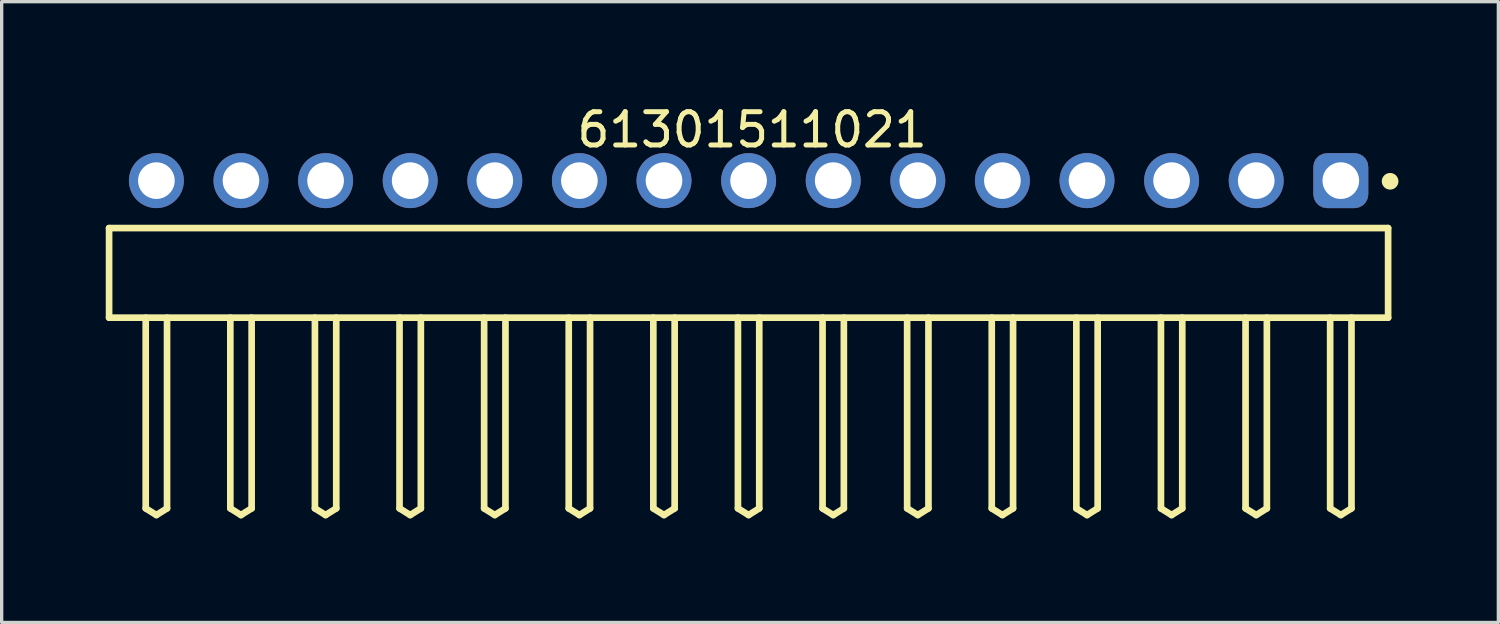
<source format=kicad_pcb>
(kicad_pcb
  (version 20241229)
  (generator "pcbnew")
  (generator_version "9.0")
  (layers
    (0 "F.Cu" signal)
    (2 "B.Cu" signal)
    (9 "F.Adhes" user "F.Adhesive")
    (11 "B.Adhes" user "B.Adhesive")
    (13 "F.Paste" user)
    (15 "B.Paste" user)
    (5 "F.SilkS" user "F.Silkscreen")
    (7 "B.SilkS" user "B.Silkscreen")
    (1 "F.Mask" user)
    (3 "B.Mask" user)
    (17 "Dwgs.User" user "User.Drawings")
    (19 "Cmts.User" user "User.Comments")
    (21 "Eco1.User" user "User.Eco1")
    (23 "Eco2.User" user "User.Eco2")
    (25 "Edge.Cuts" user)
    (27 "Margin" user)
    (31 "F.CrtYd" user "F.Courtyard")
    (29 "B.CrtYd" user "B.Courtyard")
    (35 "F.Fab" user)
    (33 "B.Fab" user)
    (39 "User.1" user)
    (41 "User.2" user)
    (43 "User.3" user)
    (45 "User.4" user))
  (footprint "61301511021"
    (layer "F.Cu")
    (at 19.425 5.143)
    (property "Reference" "61301511021" (at 0.105 -4.295 0) (layer "F.SilkS") (effects (font (size 1 1) (thickness 0.15))))
    (fp_line (start -19.2 -1.345) (end 19.2 -1.345) (stroke (width 0.2) (type solid)) (layer "F.SilkS"))
    (fp_line (start -19.2 1.345) (end -19.2 -1.345) (stroke (width 0.2) (type solid)) (layer "F.SilkS"))
    (fp_line (start -19.2 1.345) (end 19.2 1.345) (stroke (width 0.2) (type solid)) (layer "F.SilkS"))
    (fp_line (start -18.1 7.07) (end -18.1 1.345) (stroke (width 0.2) (type solid)) (layer "F.SilkS"))
    (fp_line (start -18.1 7.07) (end -17.78 7.27) (stroke (width 0.2) (type solid)) (layer "F.SilkS"))
    (fp_line (start -17.78 7.27) (end -17.46 7.07) (stroke (width 0.2) (type solid)) (layer "F.SilkS"))
    (fp_line (start -17.46 7.07) (end -17.46 1.345) (stroke (width 0.2) (type solid)) (layer "F.SilkS"))
    (fp_line (start -15.56 7.07) (end -15.56 1.345) (stroke (width 0.2) (type solid)) (layer "F.SilkS"))
    (fp_line (start -15.56 7.07) (end -15.24 7.27) (stroke (width 0.2) (type solid)) (layer "F.SilkS"))
    (fp_line (start -15.24 7.27) (end -14.92 7.07) (stroke (width 0.2) (type solid)) (layer "F.SilkS"))
    (fp_line (start -14.92 7.07) (end -14.92 1.345) (stroke (width 0.2) (type solid)) (layer "F.SilkS"))
    (fp_line (start -13.02 7.07) (end -13.02 1.345) (stroke (width 0.2) (type solid)) (layer "F.SilkS"))
    (fp_line (start -13.02 7.07) (end -12.7 7.27) (stroke (width 0.2) (type solid)) (layer "F.SilkS"))
    (fp_line (start -12.7 7.27) (end -12.38 7.07) (stroke (width 0.2) (type solid)) (layer "F.SilkS"))
    (fp_line (start -12.38 7.07) (end -12.38 1.345) (stroke (width 0.2) (type solid)) (layer "F.SilkS"))
    (fp_line (start -10.48 7.07) (end -10.48 1.345) (stroke (width 0.2) (type solid)) (layer "F.SilkS"))
    (fp_line (start -10.48 7.07) (end -10.16 7.27) (stroke (width 0.2) (type solid)) (layer "F.SilkS"))
    (fp_line (start -10.16 7.27) (end -9.84 7.07) (stroke (width 0.2) (type solid)) (layer "F.SilkS"))
    (fp_line (start -9.84 7.07) (end -9.84 1.345) (stroke (width 0.2) (type solid)) (layer "F.SilkS"))
    (fp_line (start -7.94 7.07) (end -7.94 1.345) (stroke (width 0.2) (type solid)) (layer "F.SilkS"))
    (fp_line (start -7.94 7.07) (end -7.62 7.27) (stroke (width 0.2) (type solid)) (layer "F.SilkS"))
    (fp_line (start -7.62 7.27) (end -7.3 7.07) (stroke (width 0.2) (type solid)) (layer "F.SilkS"))
    (fp_line (start -7.3 7.07) (end -7.3 1.345) (stroke (width 0.2) (type solid)) (layer "F.SilkS"))
    (fp_line (start -5.4 7.07) (end -5.4 1.345) (stroke (width 0.2) (type solid)) (layer "F.SilkS"))
    (fp_line (start -5.4 7.07) (end -5.08 7.27) (stroke (width 0.2) (type solid)) (layer "F.SilkS"))
    (fp_line (start -5.08 7.27) (end -4.76 7.07) (stroke (width 0.2) (type solid)) (layer "F.SilkS"))
    (fp_line (start -4.76 7.07) (end -4.76 1.345) (stroke (width 0.2) (type solid)) (layer "F.SilkS"))
    (fp_line (start -2.86 7.07) (end -2.86 1.345) (stroke (width 0.2) (type solid)) (layer "F.SilkS"))
    (fp_line (start -2.86 7.07) (end -2.54 7.27) (stroke (width 0.2) (type solid)) (layer "F.SilkS"))
    (fp_line (start -2.54 7.27) (end -2.22 7.07) (stroke (width 0.2) (type solid)) (layer "F.SilkS"))
    (fp_line (start -2.22 7.07) (end -2.22 1.345) (stroke (width 0.2) (type solid)) (layer "F.SilkS"))
    (fp_line (start -0.32 7.07) (end -0.32 1.345) (stroke (width 0.2) (type solid)) (layer "F.SilkS"))
    (fp_line (start -0.32 7.07) (end 0 7.27) (stroke (width 0.2) (type solid)) (layer "F.SilkS"))
    (fp_line (start 0 7.27) (end 0.32 7.07) (stroke (width 0.2) (type solid)) (layer "F.SilkS"))
    (fp_line (start 0.32 7.07) (end 0.32 1.345) (stroke (width 0.2) (type solid)) (layer "F.SilkS"))
    (fp_line (start 2.22 7.07) (end 2.22 1.345) (stroke (width 0.2) (type solid)) (layer "F.SilkS"))
    (fp_line (start 2.22 7.07) (end 2.54 7.27) (stroke (width 0.2) (type solid)) (layer "F.SilkS"))
    (fp_line (start 2.54 7.27) (end 2.86 7.07) (stroke (width 0.2) (type solid)) (layer "F.SilkS"))
    (fp_line (start 2.86 7.07) (end 2.86 1.345) (stroke (width 0.2) (type solid)) (layer "F.SilkS"))
    (fp_line (start 4.76 7.07) (end 4.76 1.345) (stroke (width 0.2) (type solid)) (layer "F.SilkS"))
    (fp_line (start 4.76 7.07) (end 5.08 7.27) (stroke (width 0.2) (type solid)) (layer "F.SilkS"))
    (fp_line (start 5.08 7.27) (end 5.4 7.07) (stroke (width 0.2) (type solid)) (layer "F.SilkS"))
    (fp_line (start 5.4 7.07) (end 5.4 1.345) (stroke (width 0.2) (type solid)) (layer "F.SilkS"))
    (fp_line (start 7.3 7.07) (end 7.3 1.345) (stroke (width 0.2) (type solid)) (layer "F.SilkS"))
    (fp_line (start 7.3 7.07) (end 7.62 7.27) (stroke (width 0.2) (type solid)) (layer "F.SilkS"))
    (fp_line (start 7.62 7.27) (end 7.94 7.07) (stroke (width 0.2) (type solid)) (layer "F.SilkS"))
    (fp_line (start 7.94 7.07) (end 7.94 1.345) (stroke (width 0.2) (type solid)) (layer "F.SilkS"))
    (fp_line (start 9.84 7.07) (end 9.84 1.345) (stroke (width 0.2) (type solid)) (layer "F.SilkS"))
    (fp_line (start 9.84 7.07) (end 10.16 7.27) (stroke (width 0.2) (type solid)) (layer "F.SilkS"))
    (fp_line (start 10.16 7.27) (end 10.48 7.07) (stroke (width 0.2) (type solid)) (layer "F.SilkS"))
    (fp_line (start 10.48 7.07) (end 10.48 1.345) (stroke (width 0.2) (type solid)) (layer "F.SilkS"))
    (fp_line (start 12.38 7.07) (end 12.38 1.345) (stroke (width 0.2) (type solid)) (layer "F.SilkS"))
    (fp_line (start 12.38 7.07) (end 12.7 7.27) (stroke (width 0.2) (type solid)) (layer "F.SilkS"))
    (fp_line (start 12.7 7.27) (end 13.02 7.07) (stroke (width 0.2) (type solid)) (layer "F.SilkS"))
    (fp_line (start 13.02 7.07) (end 13.02 1.345) (stroke (width 0.2) (type solid)) (layer "F.SilkS"))
    (fp_line (start 14.92 7.07) (end 14.92 1.345) (stroke (width 0.2) (type solid)) (layer "F.SilkS"))
    (fp_line (start 14.92 7.07) (end 15.24 7.27) (stroke (width 0.2) (type solid)) (layer "F.SilkS"))
    (fp_line (start 15.24 7.27) (end 15.56 7.07) (stroke (width 0.2) (type solid)) (layer "F.SilkS"))
    (fp_line (start 15.56 7.07) (end 15.56 1.345) (stroke (width 0.2) (type solid)) (layer "F.SilkS"))
    (fp_line (start 17.46 7.07) (end 17.46 1.345) (stroke (width 0.2) (type solid)) (layer "F.SilkS"))
    (fp_line (start 17.46 7.07) (end 17.78 7.27) (stroke (width 0.2) (type solid)) (layer "F.SilkS"))
    (fp_line (start 17.78 7.27) (end 18.1 7.07) (stroke (width 0.2) (type solid)) (layer "F.SilkS"))
    (fp_line (start 18.1 7.07) (end 18.1 1.345) (stroke (width 0.2) (type solid)) (layer "F.SilkS"))
    (fp_line (start 19.2 1.345) (end 19.2 -1.345) (stroke (width 0.2) (type solid)) (layer "F.SilkS"))
    (fp_circle (center 19.26 -2.75) (end 19.26 -2.875) (stroke (width 0.25) (type solid)) (fill no) (layer "F.SilkS"))
    (fp_line (start -19.4 -3.795) (end 19.4 -3.795) (stroke (width 0.05) (type solid)) (layer "Eco2.User"))
    (fp_line (start -19.4 7.47) (end -19.4 -3.795) (stroke (width 0.05) (type solid)) (layer "Eco2.User"))
    (fp_line (start -19.4 7.47) (end 19.4 7.47) (stroke (width 0.05) (type solid)) (layer "Eco2.User"))
    (fp_line (start -19.05 -1.27) (end 19.05 -1.27) (stroke (width 0.1) (type solid)) (layer "Eco2.User"))
    (fp_line (start -19.05 1.27) (end -19.05 -1.27) (stroke (width 0.1) (type solid)) (layer "Eco2.User"))
    (fp_line (start -19.05 1.27) (end 19.05 1.27) (stroke (width 0.1) (type solid)) (layer "Eco2.User"))
    (fp_line (start -18.1 -3.09) (end -17.46 -3.09) (stroke (width 0.1) (type solid)) (layer "Eco2.User"))
    (fp_line (start -18.1 -1.27) (end -18.1 -3.09) (stroke (width 0.1) (type solid)) (layer "Eco2.User"))
    (fp_line (start -18.1 7.07) (end -18.1 1.27) (stroke (width 0.1) (type solid)) (layer "Eco2.User"))
    (fp_line (start -18.1 7.07) (end -17.78 7.27) (stroke (width 0.1) (type solid)) (layer "Eco2.User"))
    (fp_line (start -17.78 7.27) (end -17.46 7.07) (stroke (width 0.1) (type solid)) (layer "Eco2.User"))
    (fp_line (start -17.46 -1.27) (end -17.46 -3.09) (stroke (width 0.1) (type solid)) (layer "Eco2.User"))
    (fp_line (start -17.46 7.07) (end -17.46 1.27) (stroke (width 0.1) (type solid)) (layer "Eco2.User"))
    (fp_line (start -15.56 -3.09) (end -14.92 -3.09) (stroke (width 0.1) (type solid)) (layer "Eco2.User"))
    (fp_line (start -15.56 -1.27) (end -15.56 -3.09) (stroke (width 0.1) (type solid)) (layer "Eco2.User"))
    (fp_line (start -15.56 7.07) (end -15.56 1.27) (stroke (width 0.1) (type solid)) (layer "Eco2.User"))
    (fp_line (start -15.56 7.07) (end -15.24 7.27) (stroke (width 0.1) (type solid)) (layer "Eco2.User"))
    (fp_line (start -15.24 7.27) (end -14.92 7.07) (stroke (width 0.1) (type solid)) (layer "Eco2.User"))
    (fp_line (start -14.92 -1.27) (end -14.92 -3.09) (stroke (width 0.1) (type solid)) (layer "Eco2.User"))
    (fp_line (start -14.92 7.07) (end -14.92 1.27) (stroke (width 0.1) (type solid)) (layer "Eco2.User"))
    (fp_line (start -13.02 -3.09) (end -12.38 -3.09) (stroke (width 0.1) (type solid)) (layer "Eco2.User"))
    (fp_line (start -13.02 -1.27) (end -13.02 -3.09) (stroke (width 0.1) (type solid)) (layer "Eco2.User"))
    (fp_line (start -13.02 7.07) (end -13.02 1.27) (stroke (width 0.1) (type solid)) (layer "Eco2.User"))
    (fp_line (start -13.02 7.07) (end -12.7 7.27) (stroke (width 0.1) (type solid)) (layer "Eco2.User"))
    (fp_line (start -12.7 7.27) (end -12.38 7.07) (stroke (width 0.1) (type solid)) (layer "Eco2.User"))
    (fp_line (start -12.38 -1.27) (end -12.38 -3.09) (stroke (width 0.1) (type solid)) (layer "Eco2.User"))
    (fp_line (start -12.38 7.07) (end -12.38 1.27) (stroke (width 0.1) (type solid)) (layer "Eco2.User"))
    (fp_line (start -10.48 -3.09) (end -9.84 -3.09) (stroke (width 0.1) (type solid)) (layer "Eco2.User"))
    (fp_line (start -10.48 -1.27) (end -10.48 -3.09) (stroke (width 0.1) (type solid)) (layer "Eco2.User"))
    (fp_line (start -10.48 7.07) (end -10.48 1.27) (stroke (width 0.1) (type solid)) (layer "Eco2.User"))
    (fp_line (start -10.48 7.07) (end -10.16 7.27) (stroke (width 0.1) (type solid)) (layer "Eco2.User"))
    (fp_line (start -10.16 7.27) (end -9.84 7.07) (stroke (width 0.1) (type solid)) (layer "Eco2.User"))
    (fp_line (start -9.84 -1.27) (end -9.84 -3.09) (stroke (width 0.1) (type solid)) (layer "Eco2.User"))
    (fp_line (start -9.84 7.07) (end -9.84 1.27) (stroke (width 0.1) (type solid)) (layer "Eco2.User"))
    (fp_line (start -7.94 -3.09) (end -7.3 -3.09) (stroke (width 0.1) (type solid)) (layer "Eco2.User"))
    (fp_line (start -7.94 -1.27) (end -7.94 -3.09) (stroke (width 0.1) (type solid)) (layer "Eco2.User"))
    (fp_line (start -7.94 7.07) (end -7.94 1.27) (stroke (width 0.1) (type solid)) (layer "Eco2.User"))
    (fp_line (start -7.94 7.07) (end -7.62 7.27) (stroke (width 0.1) (type solid)) (layer "Eco2.User"))
    (fp_line (start -7.62 7.27) (end -7.3 7.07) (stroke (width 0.1) (type solid)) (layer "Eco2.User"))
    (fp_line (start -7.3 -1.27) (end -7.3 -3.09) (stroke (width 0.1) (type solid)) (layer "Eco2.User"))
    (fp_line (start -7.3 7.07) (end -7.3 1.27) (stroke (width 0.1) (type solid)) (layer "Eco2.User"))
    (fp_line (start -5.4 -3.09) (end -4.76 -3.09) (stroke (width 0.1) (type solid)) (layer "Eco2.User"))
    (fp_line (start -5.4 -1.27) (end -5.4 -3.09) (stroke (width 0.1) (type solid)) (layer "Eco2.User"))
    (fp_line (start -5.4 7.07) (end -5.4 1.27) (stroke (width 0.1) (type solid)) (layer "Eco2.User"))
    (fp_line (start -5.4 7.07) (end -5.08 7.27) (stroke (width 0.1) (type solid)) (layer "Eco2.User"))
    (fp_line (start -5.08 7.27) (end -4.76 7.07) (stroke (width 0.1) (type solid)) (layer "Eco2.User"))
    (fp_line (start -4.76 -1.27) (end -4.76 -3.09) (stroke (width 0.1) (type solid)) (layer "Eco2.User"))
    (fp_line (start -4.76 7.07) (end -4.76 1.27) (stroke (width 0.1) (type solid)) (layer "Eco2.User"))
    (fp_line (start -2.86 -3.09) (end -2.22 -3.09) (stroke (width 0.1) (type solid)) (layer "Eco2.User"))
    (fp_line (start -2.86 -1.27) (end -2.86 -3.09) (stroke (width 0.1) (type solid)) (layer "Eco2.User"))
    (fp_line (start -2.86 7.07) (end -2.86 1.27) (stroke (width 0.1) (type solid)) (layer "Eco2.User"))
    (fp_line (start -2.86 7.07) (end -2.54 7.27) (stroke (width 0.1) (type solid)) (layer "Eco2.User"))
    (fp_line (start -2.54 7.27) (end -2.22 7.07) (stroke (width 0.1) (type solid)) (layer "Eco2.User"))
    (fp_line (start -2.22 -1.27) (end -2.22 -3.09) (stroke (width 0.1) (type solid)) (layer "Eco2.User"))
    (fp_line (start -2.22 7.07) (end -2.22 1.27) (stroke (width 0.1) (type solid)) (layer "Eco2.User"))
    (fp_line (start -0.5 0) (end 0.5 0) (stroke (width 0.05) (type solid)) (layer "Eco2.User"))
    (fp_line (start -0.32 -3.09) (end 0.32 -3.09) (stroke (width 0.1) (type solid)) (layer "Eco2.User"))
    (fp_line (start -0.32 -1.27) (end -0.32 -3.09) (stroke (width 0.1) (type solid)) (layer "Eco2.User"))
    (fp_line (start -0.32 7.07) (end -0.32 1.27) (stroke (width 0.1) (type solid)) (layer "Eco2.User"))
    (fp_line (start -0.32 7.07) (end 0 7.27) (stroke (width 0.1) (type solid)) (layer "Eco2.User"))
    (fp_line (start 0 0.5) (end 0 -0.5) (stroke (width 0.05) (type solid)) (layer "Eco2.User"))
    (fp_line (start 0 7.27) (end 0.32 7.07) (stroke (width 0.1) (type solid)) (layer "Eco2.User"))
    (fp_line (start 0.32 -1.27) (end 0.32 -3.09) (stroke (width 0.1) (type solid)) (layer "Eco2.User"))
    (fp_line (start 0.32 7.07) (end 0.32 1.27) (stroke (width 0.1) (type solid)) (layer "Eco2.User"))
    (fp_line (start 2.22 -3.09) (end 2.86 -3.09) (stroke (width 0.1) (type solid)) (layer "Eco2.User"))
    (fp_line (start 2.22 -1.27) (end 2.22 -3.09) (stroke (width 0.1) (type solid)) (layer "Eco2.User"))
    (fp_line (start 2.22 7.07) (end 2.22 1.27) (stroke (width 0.1) (type solid)) (layer "Eco2.User"))
    (fp_line (start 2.22 7.07) (end 2.54 7.27) (stroke (width 0.1) (type solid)) (layer "Eco2.User"))
    (fp_line (start 2.54 7.27) (end 2.86 7.07) (stroke (width 0.1) (type solid)) (layer "Eco2.User"))
    (fp_line (start 2.86 -1.27) (end 2.86 -3.09) (stroke (width 0.1) (type solid)) (layer "Eco2.User"))
    (fp_line (start 2.86 7.07) (end 2.86 1.27) (stroke (width 0.1) (type solid)) (layer "Eco2.User"))
    (fp_line (start 4.76 -3.09) (end 5.4 -3.09) (stroke (width 0.1) (type solid)) (layer "Eco2.User"))
    (fp_line (start 4.76 -1.27) (end 4.76 -3.09) (stroke (width 0.1) (type solid)) (layer "Eco2.User"))
    (fp_line (start 4.76 7.07) (end 4.76 1.27) (stroke (width 0.1) (type solid)) (layer "Eco2.User"))
    (fp_line (start 4.76 7.07) (end 5.08 7.27) (stroke (width 0.1) (type solid)) (layer "Eco2.User"))
    (fp_line (start 5.08 7.27) (end 5.4 7.07) (stroke (width 0.1) (type solid)) (layer "Eco2.User"))
    (fp_line (start 5.4 -1.27) (end 5.4 -3.09) (stroke (width 0.1) (type solid)) (layer "Eco2.User"))
    (fp_line (start 5.4 7.07) (end 5.4 1.27) (stroke (width 0.1) (type solid)) (layer "Eco2.User"))
    (fp_line (start 7.3 -3.09) (end 7.94 -3.09) (stroke (width 0.1) (type solid)) (layer "Eco2.User"))
    (fp_line (start 7.3 -1.27) (end 7.3 -3.09) (stroke (width 0.1) (type solid)) (layer "Eco2.User"))
    (fp_line (start 7.3 7.07) (end 7.3 1.27) (stroke (width 0.1) (type solid)) (layer "Eco2.User"))
    (fp_line (start 7.3 7.07) (end 7.62 7.27) (stroke (width 0.1) (type solid)) (layer "Eco2.User"))
    (fp_line (start 7.62 7.27) (end 7.94 7.07) (stroke (width 0.1) (type solid)) (layer "Eco2.User"))
    (fp_line (start 7.94 -1.27) (end 7.94 -3.09) (stroke (width 0.1) (type solid)) (layer "Eco2.User"))
    (fp_line (start 7.94 7.07) (end 7.94 1.27) (stroke (width 0.1) (type solid)) (layer "Eco2.User"))
    (fp_line (start 9.84 -3.09) (end 10.48 -3.09) (stroke (width 0.1) (type solid)) (layer "Eco2.User"))
    (fp_line (start 9.84 -1.27) (end 9.84 -3.09) (stroke (width 0.1) (type solid)) (layer "Eco2.User"))
    (fp_line (start 9.84 7.07) (end 9.84 1.27) (stroke (width 0.1) (type solid)) (layer "Eco2.User"))
    (fp_line (start 9.84 7.07) (end 10.16 7.27) (stroke (width 0.1) (type solid)) (layer "Eco2.User"))
    (fp_line (start 10.16 7.27) (end 10.48 7.07) (stroke (width 0.1) (type solid)) (layer "Eco2.User"))
    (fp_line (start 10.48 -1.27) (end 10.48 -3.09) (stroke (width 0.1) (type solid)) (layer "Eco2.User"))
    (fp_line (start 10.48 7.07) (end 10.48 1.27) (stroke (width 0.1) (type solid)) (layer "Eco2.User"))
    (fp_line (start 12.38 -3.09) (end 13.02 -3.09) (stroke (width 0.1) (type solid)) (layer "Eco2.User"))
    (fp_line (start 12.38 -1.27) (end 12.38 -3.09) (stroke (width 0.1) (type solid)) (layer "Eco2.User"))
    (fp_line (start 12.38 7.07) (end 12.38 1.27) (stroke (width 0.1) (type solid)) (layer "Eco2.User"))
    (fp_line (start 12.38 7.07) (end 12.7 7.27) (stroke (width 0.1) (type solid)) (layer "Eco2.User"))
    (fp_line (start 12.7 7.27) (end 13.02 7.07) (stroke (width 0.1) (type solid)) (layer "Eco2.User"))
    (fp_line (start 13.02 -1.27) (end 13.02 -3.09) (stroke (width 0.1) (type solid)) (layer "Eco2.User"))
    (fp_line (start 13.02 7.07) (end 13.02 1.27) (stroke (width 0.1) (type solid)) (layer "Eco2.User"))
    (fp_line (start 14.92 -3.09) (end 15.56 -3.09) (stroke (width 0.1) (type solid)) (layer "Eco2.User"))
    (fp_line (start 14.92 -1.27) (end 14.92 -3.09) (stroke (width 0.1) (type solid)) (layer "Eco2.User"))
    (fp_line (start 14.92 7.07) (end 14.92 1.27) (stroke (width 0.1) (type solid)) (layer "Eco2.User"))
    (fp_line (start 14.92 7.07) (end 15.24 7.27) (stroke (width 0.1) (type solid)) (layer "Eco2.User"))
    (fp_line (start 15.24 7.27) (end 15.56 7.07) (stroke (width 0.1) (type solid)) (layer "Eco2.User"))
    (fp_line (start 15.56 -1.27) (end 15.56 -3.09) (stroke (width 0.1) (type solid)) (layer "Eco2.User"))
    (fp_line (start 15.56 7.07) (end 15.56 1.27) (stroke (width 0.1) (type solid)) (layer "Eco2.User"))
    (fp_line (start 17.46 -3.09) (end 18.1 -3.09) (stroke (width 0.1) (type solid)) (layer "Eco2.User"))
    (fp_line (start 17.46 -1.27) (end 17.46 -3.09) (stroke (width 0.1) (type solid)) (layer "Eco2.User"))
    (fp_line (start 17.46 7.07) (end 17.46 1.27) (stroke (width 0.1) (type solid)) (layer "Eco2.User"))
    (fp_line (start 17.46 7.07) (end 17.78 7.27) (stroke (width 0.1) (type solid)) (layer "Eco2.User"))
    (fp_line (start 17.78 7.27) (end 18.1 7.07) (stroke (width 0.1) (type solid)) (layer "Eco2.User"))
    (fp_line (start 18.1 -1.27) (end 18.1 -3.09) (stroke (width 0.1) (type solid)) (layer "Eco2.User"))
    (fp_line (start 18.1 7.07) (end 18.1 1.27) (stroke (width 0.1) (type solid)) (layer "Eco2.User"))
    (fp_line (start 19.05 1.27) (end 19.05 -1.27) (stroke (width 0.1) (type solid)) (layer "Eco2.User"))
    (fp_line (start 19.4 7.47) (end 19.4 -3.795) (stroke (width 0.05) (type solid)) (layer "Eco2.User"))
    (fp_text user "${REFERENCE}" (at 0.15 -0.197 0) (unlocked yes) (layer "User.3") (effects (font (size 1.5 1.5) (thickness 0.15))))
    (pad "1" thru_hole roundrect (at 17.78 -2.77) (size 1.65 1.65) (drill 1.1) (layers "*.Cu" "*.Mask") (roundrect_rratio 0.25))
    (pad "2" thru_hole circle (at 15.24 -2.77) (size 1.65 1.65) (drill 1.1) (layers "*.Cu" "*.Mask"))
    (pad "3" thru_hole circle (at 12.7 -2.77) (size 1.65 1.65) (drill 1.1) (layers "*.Cu" "*.Mask"))
    (pad "4" thru_hole circle (at 10.16 -2.77) (size 1.65 1.65) (drill 1.1) (layers "*.Cu" "*.Mask"))
    (pad "5" thru_hole circle (at 7.62 -2.77) (size 1.65 1.65) (drill 1.1) (layers "*.Cu" "*.Mask"))
    (pad "6" thru_hole circle (at 5.08 -2.77) (size 1.65 1.65) (drill 1.1) (layers "*.Cu" "*.Mask"))
    (pad "7" thru_hole circle (at 2.54 -2.77) (size 1.65 1.65) (drill 1.1) (layers "*.Cu" "*.Mask"))
    (pad "8" thru_hole circle (at 0 -2.77) (size 1.65 1.65) (drill 1.1) (layers "*.Cu" "*.Mask"))
    (pad "9" thru_hole circle (at -2.54 -2.77) (size 1.65 1.65) (drill 1.1) (layers "*.Cu" "*.Mask"))
    (pad "10" thru_hole circle (at -5.08 -2.77) (size 1.65 1.65) (drill 1.1) (layers "*.Cu" "*.Mask"))
    (pad "11" thru_hole circle (at -7.62 -2.77) (size 1.65 1.65) (drill 1.1) (layers "*.Cu" "*.Mask"))
    (pad "12" thru_hole circle (at -10.16 -2.77) (size 1.65 1.65) (drill 1.1) (layers "*.Cu" "*.Mask"))
    (pad "13" thru_hole circle (at -12.7 -2.77) (size 1.65 1.65) (drill 1.1) (layers "*.Cu" "*.Mask"))
    (pad "14" thru_hole circle (at -15.24 -2.77) (size 1.65 1.65) (drill 1.1) (layers "*.Cu" "*.Mask"))
    (pad "15" thru_hole circle (at -17.78 -2.77) (size 1.65 1.65) (drill 1.1) (layers "*.Cu" "*.Mask")))
  (gr_rect
    (start -3 -3)
    (end 41.935 15.638)
    (stroke (width 0.1) (type default))
    (fill no)
    (layer "Edge.Cuts")))
</source>
